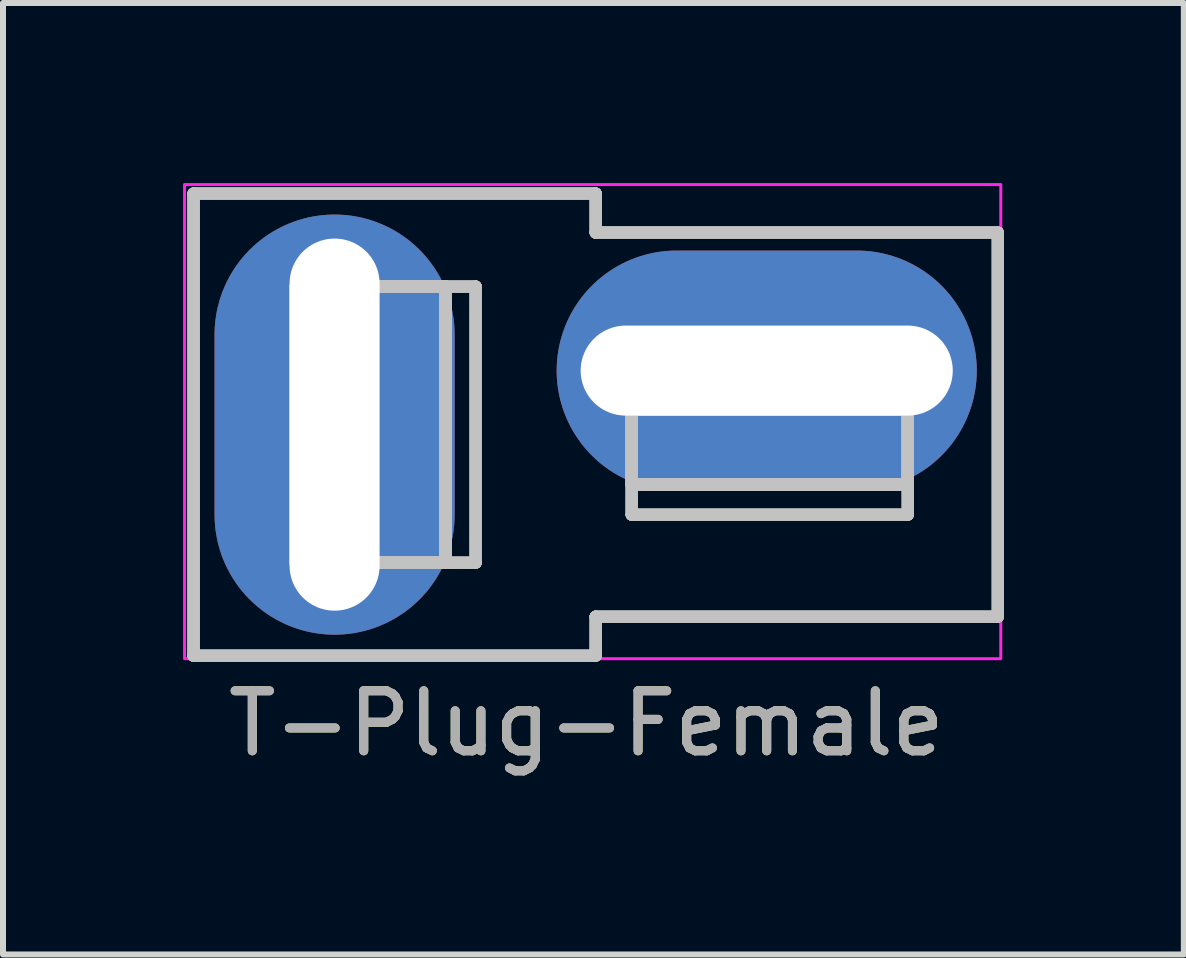
<source format=kicad_pcb>
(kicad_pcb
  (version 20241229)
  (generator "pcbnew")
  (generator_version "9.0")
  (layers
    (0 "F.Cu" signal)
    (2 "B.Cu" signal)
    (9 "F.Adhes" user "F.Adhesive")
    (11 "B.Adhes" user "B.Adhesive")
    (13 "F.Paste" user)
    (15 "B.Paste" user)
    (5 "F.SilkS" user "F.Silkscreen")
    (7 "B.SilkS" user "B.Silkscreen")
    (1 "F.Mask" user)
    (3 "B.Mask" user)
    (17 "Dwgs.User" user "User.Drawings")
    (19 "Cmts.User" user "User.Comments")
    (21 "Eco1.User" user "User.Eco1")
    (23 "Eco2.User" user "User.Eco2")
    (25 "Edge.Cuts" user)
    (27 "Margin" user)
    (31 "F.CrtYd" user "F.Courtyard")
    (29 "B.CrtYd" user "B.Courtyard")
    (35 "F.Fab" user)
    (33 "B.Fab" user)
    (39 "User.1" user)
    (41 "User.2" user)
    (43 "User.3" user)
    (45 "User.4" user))
  (footprint "T-Plug-Female"
    (layer "F.Cu")
    (at 6.725 3.925)
    (property "Reference" "T-Plug-Female" (at 0 5.08 0) (unlocked yes) (layer "F.SilkS") (effects (font (size 1 1) (thickness 0.15))))
    (attr through_hole)
    (fp_line (start -6.55 -3.75) (end -6.55 -3.75) (stroke (width 0.2) (type solid)) (layer "Dwgs.User"))
    (fp_line (start -6.55 -3.75) (end -6.55 -3.75) (stroke (width 0.2) (type solid)) (layer "Dwgs.User"))
    (fp_line (start -6.55 -3.75) (end -6.55 3.95) (stroke (width 0.2) (type solid)) (layer "Dwgs.User"))
    (fp_line (start -6.55 -3.75) (end -6.55 3.95) (stroke (width 0.2) (type solid)) (layer "Dwgs.User"))
    (fp_line (start -6.55 -3.75) (end -6.55 3.95) (stroke (width 0.2) (type solid)) (layer "Dwgs.User"))
    (fp_line (start -6.55 -3.75) (end -6.55 3.95) (stroke (width 0.2) (type solid)) (layer "Dwgs.User"))
    (fp_line (start -6.55 3.95) (end -6.55 3.95) (stroke (width 0.2) (type solid)) (layer "Dwgs.User"))
    (fp_line (start -6.55 3.95) (end -6.55 3.95) (stroke (width 0.2) (type solid)) (layer "Dwgs.User"))
    (fp_line (start -6.55 3.95) (end 0.15 3.95) (stroke (width 0.2) (type solid)) (layer "Dwgs.User"))
    (fp_line (start -6.55 3.95) (end 0.15 3.95) (stroke (width 0.2) (type solid)) (layer "Dwgs.User"))
    (fp_line (start -6.55 3.95) (end 0.15 3.95) (stroke (width 0.2) (type solid)) (layer "Dwgs.User"))
    (fp_line (start -6.55 3.95) (end 0.15 3.95) (stroke (width 0.2) (type solid)) (layer "Dwgs.User"))
    (fp_line (start -4.85 -2.2) (end -4.85 -2.2) (stroke (width 0.2) (type solid)) (layer "Dwgs.User"))
    (fp_line (start -4.85 -2.2) (end -4.85 -2.2) (stroke (width 0.2) (type solid)) (layer "Dwgs.User"))
    (fp_line (start -4.85 -2.2) (end -3.6 -2.2) (stroke (width 0.2) (type solid)) (layer "Dwgs.User"))
    (fp_line (start -4.85 -2.2) (end -3.6 -2.2) (stroke (width 0.2) (type solid)) (layer "Dwgs.User"))
    (fp_line (start -4.85 -2.2) (end -3.6 -2.2) (stroke (width 0.2) (type solid)) (layer "Dwgs.User"))
    (fp_line (start -4.85 -2.2) (end -3.6 -2.2) (stroke (width 0.2) (type solid)) (layer "Dwgs.User"))
    (fp_line (start -4.85 2.4) (end -4.85 -2.2) (stroke (width 0.2) (type solid)) (layer "Dwgs.User"))
    (fp_line (start -4.85 2.4) (end -4.85 -2.2) (stroke (width 0.2) (type solid)) (layer "Dwgs.User"))
    (fp_line (start -4.85 2.4) (end -4.85 -2.2) (stroke (width 0.2) (type solid)) (layer "Dwgs.User"))
    (fp_line (start -4.85 2.4) (end -4.85 -2.2) (stroke (width 0.2) (type solid)) (layer "Dwgs.User"))
    (fp_line (start -4.85 2.4) (end -4.85 2.4) (stroke (width 0.2) (type solid)) (layer "Dwgs.User"))
    (fp_line (start -4.85 2.4) (end -4.85 2.4) (stroke (width 0.2) (type solid)) (layer "Dwgs.User"))
    (fp_line (start -3.6 -2.2) (end -3.6 -2.2) (stroke (width 0.2) (type solid)) (layer "Dwgs.User"))
    (fp_line (start -3.6 -2.2) (end -3.6 -2.2) (stroke (width 0.2) (type solid)) (layer "Dwgs.User"))
    (fp_line (start -3.6 -2.2) (end -3.6 -2.2) (stroke (width 0.2) (type solid)) (layer "Dwgs.User"))
    (fp_line (start -3.6 -2.2) (end -3.6 -2.2) (stroke (width 0.2) (type solid)) (layer "Dwgs.User"))
    (fp_line (start -3.6 -2.2) (end -3.6 -2.2) (stroke (width 0.2) (type solid)) (layer "Dwgs.User"))
    (fp_line (start -3.6 -2.2) (end -3.6 -2.2) (stroke (width 0.2) (type solid)) (layer "Dwgs.User"))
    (fp_line (start -3.6 -2.2) (end -3.6 2.4) (stroke (width 0.2) (type solid)) (layer "Dwgs.User"))
    (fp_line (start -3.6 -2.2) (end -3.6 2.4) (stroke (width 0.2) (type solid)) (layer "Dwgs.User"))
    (fp_line (start -3.6 -2.2) (end -3.6 2.4) (stroke (width 0.2) (type solid)) (layer "Dwgs.User"))
    (fp_line (start -3.6 -2.2) (end -3.6 2.4) (stroke (width 0.2) (type solid)) (layer "Dwgs.User"))
    (fp_line (start -3.6 -2.2) (end -2.35 -2.2) (stroke (width 0.2) (type solid)) (layer "Dwgs.User"))
    (fp_line (start -3.6 -2.2) (end -2.35 -2.2) (stroke (width 0.2) (type solid)) (layer "Dwgs.User"))
    (fp_line (start -3.6 -2.2) (end -2.35 -2.2) (stroke (width 0.2) (type solid)) (layer "Dwgs.User"))
    (fp_line (start -3.6 -2.2) (end -2.35 -2.2) (stroke (width 0.2) (type solid)) (layer "Dwgs.User"))
    (fp_line (start -3.6 -2.2) (end -2.35 -2.2) (stroke (width 0.2) (type solid)) (layer "Dwgs.User"))
    (fp_line (start -3.6 -2.2) (end -2.35 -2.2) (stroke (width 0.2) (type solid)) (layer "Dwgs.User"))
    (fp_line (start -3.6 2.4) (end -4.85 2.4) (stroke (width 0.2) (type solid)) (layer "Dwgs.User"))
    (fp_line (start -3.6 2.4) (end -4.85 2.4) (stroke (width 0.2) (type solid)) (layer "Dwgs.User"))
    (fp_line (start -3.6 2.4) (end -4.85 2.4) (stroke (width 0.2) (type solid)) (layer "Dwgs.User"))
    (fp_line (start -3.6 2.4) (end -4.85 2.4) (stroke (width 0.2) (type solid)) (layer "Dwgs.User"))
    (fp_line (start -3.6 2.4) (end -3.6 -2.2) (stroke (width 0.2) (type solid)) (layer "Dwgs.User"))
    (fp_line (start -3.6 2.4) (end -3.6 -2.2) (stroke (width 0.2) (type solid)) (layer "Dwgs.User"))
    (fp_line (start -3.6 2.4) (end -3.6 -2.2) (stroke (width 0.2) (type solid)) (layer "Dwgs.User"))
    (fp_line (start -3.6 2.4) (end -3.6 -2.2) (stroke (width 0.2) (type solid)) (layer "Dwgs.User"))
    (fp_line (start -3.6 2.4) (end -3.6 2.4) (stroke (width 0.2) (type solid)) (layer "Dwgs.User"))
    (fp_line (start -3.6 2.4) (end -3.6 2.4) (stroke (width 0.2) (type solid)) (layer "Dwgs.User"))
    (fp_line (start -3.6 2.4) (end -3.6 2.4) (stroke (width 0.2) (type solid)) (layer "Dwgs.User"))
    (fp_line (start -3.6 2.4) (end -3.6 2.4) (stroke (width 0.2) (type solid)) (layer "Dwgs.User"))
    (fp_line (start -3.6 2.4) (end -3.6 2.4) (stroke (width 0.2) (type solid)) (layer "Dwgs.User"))
    (fp_line (start -3.6 2.4) (end -3.6 2.4) (stroke (width 0.2) (type solid)) (layer "Dwgs.User"))
    (fp_line (start -3.6 2.4) (end -2.35 2.4) (stroke (width 0.2) (type solid)) (layer "Dwgs.User"))
    (fp_line (start -3.6 2.4) (end -2.35 2.4) (stroke (width 0.2) (type solid)) (layer "Dwgs.User"))
    (fp_line (start -2.35 -2.2) (end -3.6 -2.2) (stroke (width 0.2) (type solid)) (layer "Dwgs.User"))
    (fp_line (start -2.35 -2.2) (end -3.6 -2.2) (stroke (width 0.2) (type solid)) (layer "Dwgs.User"))
    (fp_line (start -2.35 -2.2) (end -2.35 -2.2) (stroke (width 0.2) (type solid)) (layer "Dwgs.User"))
    (fp_line (start -2.35 -2.2) (end -2.35 -2.2) (stroke (width 0.2) (type solid)) (layer "Dwgs.User"))
    (fp_line (start -2.35 -2.2) (end -2.35 -2.2) (stroke (width 0.2) (type solid)) (layer "Dwgs.User"))
    (fp_line (start -2.35 -2.2) (end -2.35 -2.2) (stroke (width 0.2) (type solid)) (layer "Dwgs.User"))
    (fp_line (start -2.35 -2.2) (end -2.35 -2.2) (stroke (width 0.2) (type solid)) (layer "Dwgs.User"))
    (fp_line (start -2.35 -2.2) (end -2.35 -2.2) (stroke (width 0.2) (type solid)) (layer "Dwgs.User"))
    (fp_line (start -2.35 -2.2) (end -2.35 2.4) (stroke (width 0.2) (type solid)) (layer "Dwgs.User"))
    (fp_line (start -2.35 -2.2) (end -2.35 2.4) (stroke (width 0.2) (type solid)) (layer "Dwgs.User"))
    (fp_line (start -2.35 -2.2) (end -2.35 2.4) (stroke (width 0.2) (type solid)) (layer "Dwgs.User"))
    (fp_line (start -2.35 -2.2) (end -2.35 2.4) (stroke (width 0.2) (type solid)) (layer "Dwgs.User"))
    (fp_line (start -2.35 -2.2) (end -1.85 -2.2) (stroke (width 0.2) (type solid)) (layer "Dwgs.User"))
    (fp_line (start -2.35 -2.2) (end -1.85 -2.2) (stroke (width 0.2) (type solid)) (layer "Dwgs.User"))
    (fp_line (start -2.35 -2.2) (end -1.85 -2.2) (stroke (width 0.2) (type solid)) (layer "Dwgs.User"))
    (fp_line (start -2.35 -2.2) (end -1.85 -2.2) (stroke (width 0.2) (type solid)) (layer "Dwgs.User"))
    (fp_line (start -2.35 2.4) (end -3.6 2.4) (stroke (width 0.2) (type solid)) (layer "Dwgs.User"))
    (fp_line (start -2.35 2.4) (end -3.6 2.4) (stroke (width 0.2) (type solid)) (layer "Dwgs.User"))
    (fp_line (start -2.35 2.4) (end -3.6 2.4) (stroke (width 0.2) (type solid)) (layer "Dwgs.User"))
    (fp_line (start -2.35 2.4) (end -3.6 2.4) (stroke (width 0.2) (type solid)) (layer "Dwgs.User"))
    (fp_line (start -2.35 2.4) (end -3.6 2.4) (stroke (width 0.2) (type solid)) (layer "Dwgs.User"))
    (fp_line (start -2.35 2.4) (end -3.6 2.4) (stroke (width 0.2) (type solid)) (layer "Dwgs.User"))
    (fp_line (start -2.35 2.4) (end -2.35 -2.2) (stroke (width 0.2) (type solid)) (layer "Dwgs.User"))
    (fp_line (start -2.35 2.4) (end -2.35 -2.2) (stroke (width 0.2) (type solid)) (layer "Dwgs.User"))
    (fp_line (start -2.35 2.4) (end -2.35 -2.2) (stroke (width 0.2) (type solid)) (layer "Dwgs.User"))
    (fp_line (start -2.35 2.4) (end -2.35 -2.2) (stroke (width 0.2) (type solid)) (layer "Dwgs.User"))
    (fp_line (start -2.35 2.4) (end -2.35 2.4) (stroke (width 0.2) (type solid)) (layer "Dwgs.User"))
    (fp_line (start -2.35 2.4) (end -2.35 2.4) (stroke (width 0.2) (type solid)) (layer "Dwgs.User"))
    (fp_line (start -2.35 2.4) (end -2.35 2.4) (stroke (width 0.2) (type solid)) (layer "Dwgs.User"))
    (fp_line (start -2.35 2.4) (end -2.35 2.4) (stroke (width 0.2) (type solid)) (layer "Dwgs.User"))
    (fp_line (start -2.35 2.4) (end -2.35 2.4) (stroke (width 0.2) (type solid)) (layer "Dwgs.User"))
    (fp_line (start -2.35 2.4) (end -2.35 2.4) (stroke (width 0.2) (type solid)) (layer "Dwgs.User"))
    (fp_line (start -1.85 -2.2) (end -1.85 -2.2) (stroke (width 0.2) (type solid)) (layer "Dwgs.User"))
    (fp_line (start -1.85 -2.2) (end -1.85 -2.2) (stroke (width 0.2) (type solid)) (layer "Dwgs.User"))
    (fp_line (start -1.85 -2.2) (end -1.85 2.4) (stroke (width 0.2) (type solid)) (layer "Dwgs.User"))
    (fp_line (start -1.85 -2.2) (end -1.85 2.4) (stroke (width 0.2) (type solid)) (layer "Dwgs.User"))
    (fp_line (start -1.85 -2.2) (end -1.85 2.4) (stroke (width 0.2) (type solid)) (layer "Dwgs.User"))
    (fp_line (start -1.85 -2.2) (end -1.85 2.4) (stroke (width 0.2) (type solid)) (layer "Dwgs.User"))
    (fp_line (start -1.85 2.4) (end -2.35 2.4) (stroke (width 0.2) (type solid)) (layer "Dwgs.User"))
    (fp_line (start -1.85 2.4) (end -2.35 2.4) (stroke (width 0.2) (type solid)) (layer "Dwgs.User"))
    (fp_line (start -1.85 2.4) (end -2.35 2.4) (stroke (width 0.2) (type solid)) (layer "Dwgs.User"))
    (fp_line (start -1.85 2.4) (end -2.35 2.4) (stroke (width 0.2) (type solid)) (layer "Dwgs.User"))
    (fp_line (start -1.85 2.4) (end -1.85 2.4) (stroke (width 0.2) (type solid)) (layer "Dwgs.User"))
    (fp_line (start -1.85 2.4) (end -1.85 2.4) (stroke (width 0.2) (type solid)) (layer "Dwgs.User"))
    (fp_line (start 0.15 -3.75) (end -6.55 -3.75) (stroke (width 0.2) (type solid)) (layer "Dwgs.User"))
    (fp_line (start 0.15 -3.75) (end -6.55 -3.75) (stroke (width 0.2) (type solid)) (layer "Dwgs.User"))
    (fp_line (start 0.15 -3.75) (end -6.55 -3.75) (stroke (width 0.2) (type solid)) (layer "Dwgs.User"))
    (fp_line (start 0.15 -3.75) (end -6.55 -3.75) (stroke (width 0.2) (type solid)) (layer "Dwgs.User"))
    (fp_line (start 0.15 -3.75) (end 0.15 -3.75) (stroke (width 0.2) (type solid)) (layer "Dwgs.User"))
    (fp_line (start 0.15 -3.75) (end 0.15 -3.75) (stroke (width 0.2) (type solid)) (layer "Dwgs.User"))
    (fp_line (start 0.15 -3.1) (end 0.15 -3.75) (stroke (width 0.2) (type solid)) (layer "Dwgs.User"))
    (fp_line (start 0.15 -3.1) (end 0.15 -3.75) (stroke (width 0.2) (type solid)) (layer "Dwgs.User"))
    (fp_line (start 0.15 -3.1) (end 0.15 -3.75) (stroke (width 0.2) (type solid)) (layer "Dwgs.User"))
    (fp_line (start 0.15 -3.1) (end 0.15 -3.75) (stroke (width 0.2) (type solid)) (layer "Dwgs.User"))
    (fp_line (start 0.15 -3.1) (end 0.15 -3.1) (stroke (width 0.2) (type solid)) (layer "Dwgs.User"))
    (fp_line (start 0.15 -3.1) (end 0.15 -3.1) (stroke (width 0.2) (type solid)) (layer "Dwgs.User"))
    (fp_line (start 0.15 -3.1) (end 6.85 -3.1) (stroke (width 0.2) (type solid)) (layer "Dwgs.User"))
    (fp_line (start 0.15 -3.1) (end 6.85 -3.1) (stroke (width 0.2) (type solid)) (layer "Dwgs.User"))
    (fp_line (start 0.15 -3.1) (end 6.85 -3.1) (stroke (width 0.2) (type solid)) (layer "Dwgs.User"))
    (fp_line (start 0.15 -3.1) (end 6.85 -3.1) (stroke (width 0.2) (type solid)) (layer "Dwgs.User"))
    (fp_line (start 0.15 3.3) (end 0.15 3.3) (stroke (width 0.2) (type solid)) (layer "Dwgs.User"))
    (fp_line (start 0.15 3.3) (end 0.15 3.3) (stroke (width 0.2) (type solid)) (layer "Dwgs.User"))
    (fp_line (start 0.15 3.95) (end 0.15 3.3) (stroke (width 0.2) (type solid)) (layer "Dwgs.User"))
    (fp_line (start 0.15 3.95) (end 0.15 3.3) (stroke (width 0.2) (type solid)) (layer "Dwgs.User"))
    (fp_line (start 0.15 3.95) (end 0.15 3.3) (stroke (width 0.2) (type solid)) (layer "Dwgs.User"))
    (fp_line (start 0.15 3.95) (end 0.15 3.3) (stroke (width 0.2) (type solid)) (layer "Dwgs.User"))
    (fp_line (start 0.15 3.95) (end 0.15 3.95) (stroke (width 0.2) (type solid)) (layer "Dwgs.User"))
    (fp_line (start 0.15 3.95) (end 0.15 3.95) (stroke (width 0.2) (type solid)) (layer "Dwgs.User"))
    (fp_line (start 0.75 -1.4) (end 0.75 -1.4) (stroke (width 0.2) (type solid)) (layer "Dwgs.User"))
    (fp_line (start 0.75 -1.4) (end 0.75 -1.4) (stroke (width 0.2) (type solid)) (layer "Dwgs.User"))
    (fp_line (start 0.75 -1.4) (end 0.75 -0.15) (stroke (width 0.2) (type solid)) (layer "Dwgs.User"))
    (fp_line (start 0.75 -1.4) (end 0.75 -0.15) (stroke (width 0.2) (type solid)) (layer "Dwgs.User"))
    (fp_line (start 0.75 -1.4) (end 0.75 -0.15) (stroke (width 0.2) (type solid)) (layer "Dwgs.User"))
    (fp_line (start 0.75 -1.4) (end 0.75 -0.15) (stroke (width 0.2) (type solid)) (layer "Dwgs.User"))
    (fp_line (start 0.75 -0.15) (end 0.75 -0.15) (stroke (width 0.2) (type solid)) (layer "Dwgs.User"))
    (fp_line (start 0.75 -0.15) (end 0.75 -0.15) (stroke (width 0.2) (type solid)) (layer "Dwgs.User"))
    (fp_line (start 0.75 -0.15) (end 0.75 -0.15) (stroke (width 0.2) (type solid)) (layer "Dwgs.User"))
    (fp_line (start 0.75 -0.15) (end 0.75 -0.15) (stroke (width 0.2) (type solid)) (layer "Dwgs.User"))
    (fp_line (start 0.75 -0.15) (end 0.75 -0.15) (stroke (width 0.2) (type solid)) (layer "Dwgs.User"))
    (fp_line (start 0.75 -0.15) (end 0.75 -0.15) (stroke (width 0.2) (type solid)) (layer "Dwgs.User"))
    (fp_line (start 0.75 -0.15) (end 0.75 1.1) (stroke (width 0.2) (type solid)) (layer "Dwgs.User"))
    (fp_line (start 0.75 -0.15) (end 0.75 1.1) (stroke (width 0.2) (type solid)) (layer "Dwgs.User"))
    (fp_line (start 0.75 -0.15) (end 0.75 1.1) (stroke (width 0.2) (type solid)) (layer "Dwgs.User"))
    (fp_line (start 0.75 -0.15) (end 0.75 1.1) (stroke (width 0.2) (type solid)) (layer "Dwgs.User"))
    (fp_line (start 0.75 -0.15) (end 5.35 -0.15) (stroke (width 0.2) (type solid)) (layer "Dwgs.User"))
    (fp_line (start 0.75 -0.15) (end 5.35 -0.15) (stroke (width 0.2) (type solid)) (layer "Dwgs.User"))
    (fp_line (start 0.75 -0.15) (end 5.35 -0.15) (stroke (width 0.2) (type solid)) (layer "Dwgs.User"))
    (fp_line (start 0.75 -0.15) (end 5.35 -0.15) (stroke (width 0.2) (type solid)) (layer "Dwgs.User"))
    (fp_line (start 0.75 1.1) (end 0.75 -0.15) (stroke (width 0.2) (type solid)) (layer "Dwgs.User"))
    (fp_line (start 0.75 1.1) (end 0.75 -0.15) (stroke (width 0.2) (type solid)) (layer "Dwgs.User"))
    (fp_line (start 0.75 1.1) (end 0.75 -0.15) (stroke (width 0.2) (type solid)) (layer "Dwgs.User"))
    (fp_line (start 0.75 1.1) (end 0.75 -0.15) (stroke (width 0.2) (type solid)) (layer "Dwgs.User"))
    (fp_line (start 0.75 1.1) (end 0.75 1.1) (stroke (width 0.2) (type solid)) (layer "Dwgs.User"))
    (fp_line (start 0.75 1.1) (end 0.75 1.1) (stroke (width 0.2) (type solid)) (layer "Dwgs.User"))
    (fp_line (start 0.75 1.1) (end 0.75 1.1) (stroke (width 0.2) (type solid)) (layer "Dwgs.User"))
    (fp_line (start 0.75 1.1) (end 0.75 1.1) (stroke (width 0.2) (type solid)) (layer "Dwgs.User"))
    (fp_line (start 0.75 1.1) (end 0.75 1.1) (stroke (width 0.2) (type solid)) (layer "Dwgs.User"))
    (fp_line (start 0.75 1.1) (end 0.75 1.1) (stroke (width 0.2) (type solid)) (layer "Dwgs.User"))
    (fp_line (start 0.75 1.1) (end 0.75 1.6) (stroke (width 0.2) (type solid)) (layer "Dwgs.User"))
    (fp_line (start 0.75 1.1) (end 0.75 1.6) (stroke (width 0.2) (type solid)) (layer "Dwgs.User"))
    (fp_line (start 0.75 1.1) (end 0.75 1.6) (stroke (width 0.2) (type solid)) (layer "Dwgs.User"))
    (fp_line (start 0.75 1.1) (end 0.75 1.6) (stroke (width 0.2) (type solid)) (layer "Dwgs.User"))
    (fp_line (start 0.75 1.1) (end 5.35 1.1) (stroke (width 0.2) (type solid)) (layer "Dwgs.User"))
    (fp_line (start 0.75 1.1) (end 5.35 1.1) (stroke (width 0.2) (type solid)) (layer "Dwgs.User"))
    (fp_line (start 0.75 1.1) (end 5.35 1.1) (stroke (width 0.2) (type solid)) (layer "Dwgs.User"))
    (fp_line (start 0.75 1.1) (end 5.35 1.1) (stroke (width 0.2) (type solid)) (layer "Dwgs.User"))
    (fp_line (start 0.75 1.6) (end 0.75 1.6) (stroke (width 0.2) (type solid)) (layer "Dwgs.User"))
    (fp_line (start 0.75 1.6) (end 0.75 1.6) (stroke (width 0.2) (type solid)) (layer "Dwgs.User"))
    (fp_line (start 0.75 1.6) (end 5.35 1.6) (stroke (width 0.2) (type solid)) (layer "Dwgs.User"))
    (fp_line (start 0.75 1.6) (end 5.35 1.6) (stroke (width 0.2) (type solid)) (layer "Dwgs.User"))
    (fp_line (start 0.75 1.6) (end 5.35 1.6) (stroke (width 0.2) (type solid)) (layer "Dwgs.User"))
    (fp_line (start 0.75 1.6) (end 5.35 1.6) (stroke (width 0.2) (type solid)) (layer "Dwgs.User"))
    (fp_line (start 5.35 -1.4) (end 0.75 -1.4) (stroke (width 0.2) (type solid)) (layer "Dwgs.User"))
    (fp_line (start 5.35 -1.4) (end 0.75 -1.4) (stroke (width 0.2) (type solid)) (layer "Dwgs.User"))
    (fp_line (start 5.35 -1.4) (end 0.75 -1.4) (stroke (width 0.2) (type solid)) (layer "Dwgs.User"))
    (fp_line (start 5.35 -1.4) (end 0.75 -1.4) (stroke (width 0.2) (type solid)) (layer "Dwgs.User"))
    (fp_line (start 5.35 -1.4) (end 5.35 -1.4) (stroke (width 0.2) (type solid)) (layer "Dwgs.User"))
    (fp_line (start 5.35 -1.4) (end 5.35 -1.4) (stroke (width 0.2) (type solid)) (layer "Dwgs.User"))
    (fp_line (start 5.35 -0.15) (end 0.75 -0.15) (stroke (width 0.2) (type solid)) (layer "Dwgs.User"))
    (fp_line (start 5.35 -0.15) (end 0.75 -0.15) (stroke (width 0.2) (type solid)) (layer "Dwgs.User"))
    (fp_line (start 5.35 -0.15) (end 0.75 -0.15) (stroke (width 0.2) (type solid)) (layer "Dwgs.User"))
    (fp_line (start 5.35 -0.15) (end 0.75 -0.15) (stroke (width 0.2) (type solid)) (layer "Dwgs.User"))
    (fp_line (start 5.35 -0.15) (end 5.35 -1.4) (stroke (width 0.2) (type solid)) (layer "Dwgs.User"))
    (fp_line (start 5.35 -0.15) (end 5.35 -1.4) (stroke (width 0.2) (type solid)) (layer "Dwgs.User"))
    (fp_line (start 5.35 -0.15) (end 5.35 -1.4) (stroke (width 0.2) (type solid)) (layer "Dwgs.User"))
    (fp_line (start 5.35 -0.15) (end 5.35 -1.4) (stroke (width 0.2) (type solid)) (layer "Dwgs.User"))
    (fp_line (start 5.35 -0.15) (end 5.35 -0.15) (stroke (width 0.2) (type solid)) (layer "Dwgs.User"))
    (fp_line (start 5.35 -0.15) (end 5.35 -0.15) (stroke (width 0.2) (type solid)) (layer "Dwgs.User"))
    (fp_line (start 5.35 -0.15) (end 5.35 -0.15) (stroke (width 0.2) (type solid)) (layer "Dwgs.User"))
    (fp_line (start 5.35 -0.15) (end 5.35 -0.15) (stroke (width 0.2) (type solid)) (layer "Dwgs.User"))
    (fp_line (start 5.35 -0.15) (end 5.35 -0.15) (stroke (width 0.2) (type solid)) (layer "Dwgs.User"))
    (fp_line (start 5.35 -0.15) (end 5.35 -0.15) (stroke (width 0.2) (type solid)) (layer "Dwgs.User"))
    (fp_line (start 5.35 -0.15) (end 5.35 1.1) (stroke (width 0.2) (type solid)) (layer "Dwgs.User"))
    (fp_line (start 5.35 -0.15) (end 5.35 1.1) (stroke (width 0.2) (type solid)) (layer "Dwgs.User"))
    (fp_line (start 5.35 -0.15) (end 5.35 1.1) (stroke (width 0.2) (type solid)) (layer "Dwgs.User"))
    (fp_line (start 5.35 -0.15) (end 5.35 1.1) (stroke (width 0.2) (type solid)) (layer "Dwgs.User"))
    (fp_line (start 5.35 1.1) (end 0.75 1.1) (stroke (width 0.2) (type solid)) (layer "Dwgs.User"))
    (fp_line (start 5.35 1.1) (end 0.75 1.1) (stroke (width 0.2) (type solid)) (layer "Dwgs.User"))
    (fp_line (start 5.35 1.1) (end 0.75 1.1) (stroke (width 0.2) (type solid)) (layer "Dwgs.User"))
    (fp_line (start 5.35 1.1) (end 0.75 1.1) (stroke (width 0.2) (type solid)) (layer "Dwgs.User"))
    (fp_line (start 5.35 1.1) (end 5.35 -0.15) (stroke (width 0.2) (type solid)) (layer "Dwgs.User"))
    (fp_line (start 5.35 1.1) (end 5.35 -0.15) (stroke (width 0.2) (type solid)) (layer "Dwgs.User"))
    (fp_line (start 5.35 1.1) (end 5.35 -0.15) (stroke (width 0.2) (type solid)) (layer "Dwgs.User"))
    (fp_line (start 5.35 1.1) (end 5.35 -0.15) (stroke (width 0.2) (type solid)) (layer "Dwgs.User"))
    (fp_line (start 5.35 1.1) (end 5.35 1.1) (stroke (width 0.2) (type solid)) (layer "Dwgs.User"))
    (fp_line (start 5.35 1.1) (end 5.35 1.1) (stroke (width 0.2) (type solid)) (layer "Dwgs.User"))
    (fp_line (start 5.35 1.1) (end 5.35 1.1) (stroke (width 0.2) (type solid)) (layer "Dwgs.User"))
    (fp_line (start 5.35 1.1) (end 5.35 1.1) (stroke (width 0.2) (type solid)) (layer "Dwgs.User"))
    (fp_line (start 5.35 1.1) (end 5.35 1.1) (stroke (width 0.2) (type solid)) (layer "Dwgs.User"))
    (fp_line (start 5.35 1.1) (end 5.35 1.1) (stroke (width 0.2) (type solid)) (layer "Dwgs.User"))
    (fp_line (start 5.35 1.6) (end 5.35 1.1) (stroke (width 0.2) (type solid)) (layer "Dwgs.User"))
    (fp_line (start 5.35 1.6) (end 5.35 1.1) (stroke (width 0.2) (type solid)) (layer "Dwgs.User"))
    (fp_line (start 5.35 1.6) (end 5.35 1.1) (stroke (width 0.2) (type solid)) (layer "Dwgs.User"))
    (fp_line (start 5.35 1.6) (end 5.35 1.1) (stroke (width 0.2) (type solid)) (layer "Dwgs.User"))
    (fp_line (start 5.35 1.6) (end 5.35 1.6) (stroke (width 0.2) (type solid)) (layer "Dwgs.User"))
    (fp_line (start 5.35 1.6) (end 5.35 1.6) (stroke (width 0.2) (type solid)) (layer "Dwgs.User"))
    (fp_line (start 6.85 -3.1) (end 6.85 -3.1) (stroke (width 0.2) (type solid)) (layer "Dwgs.User"))
    (fp_line (start 6.85 -3.1) (end 6.85 -3.1) (stroke (width 0.2) (type solid)) (layer "Dwgs.User"))
    (fp_line (start 6.85 -3.1) (end 6.85 3.3) (stroke (width 0.2) (type solid)) (layer "Dwgs.User"))
    (fp_line (start 6.85 -3.1) (end 6.85 3.3) (stroke (width 0.2) (type solid)) (layer "Dwgs.User"))
    (fp_line (start 6.85 -3.1) (end 6.85 3.3) (stroke (width 0.2) (type solid)) (layer "Dwgs.User"))
    (fp_line (start 6.85 -3.1) (end 6.85 3.3) (stroke (width 0.2) (type solid)) (layer "Dwgs.User"))
    (fp_line (start 6.85 3.3) (end 0.15 3.3) (stroke (width 0.2) (type solid)) (layer "Dwgs.User"))
    (fp_line (start 6.85 3.3) (end 0.15 3.3) (stroke (width 0.2) (type solid)) (layer "Dwgs.User"))
    (fp_line (start 6.85 3.3) (end 0.15 3.3) (stroke (width 0.2) (type solid)) (layer "Dwgs.User"))
    (fp_line (start 6.85 3.3) (end 0.15 3.3) (stroke (width 0.2) (type solid)) (layer "Dwgs.User"))
    (fp_line (start 6.85 3.3) (end 6.85 3.3) (stroke (width 0.2) (type solid)) (layer "Dwgs.User"))
    (fp_line (start 6.85 3.3) (end 6.85 3.3) (stroke (width 0.2) (type solid)) (layer "Dwgs.User"))
    (fp_rect (start -6.7 -3.9) (end 6.9 4) (stroke (width 0.05) (type solid)) (fill no) (layer "F.CrtYd"))
    (fp_text user "${REFERENCE}" (at 0 5.08 0) (unlocked yes) (layer "F.Fab") (effects (font (size 1 1) (thickness 0.15))))
    (pad "1" thru_hole oval (at -4.2 0.1) (size 4 7) (drill oval 1.5 6.2) (layers "*.Cu" "*.Mask"))
    (pad "2" thru_hole oval (at 3 -0.8 90) (size 4 7) (drill oval 1.5 6.2) (layers "*.Cu" "*.Mask")))
  (gr_rect
    (start -3 -3)
    (end 16.675 12.853)
    (stroke (width 0.1) (type default))
    (fill no)
    (layer "Edge.Cuts")))
</source>
